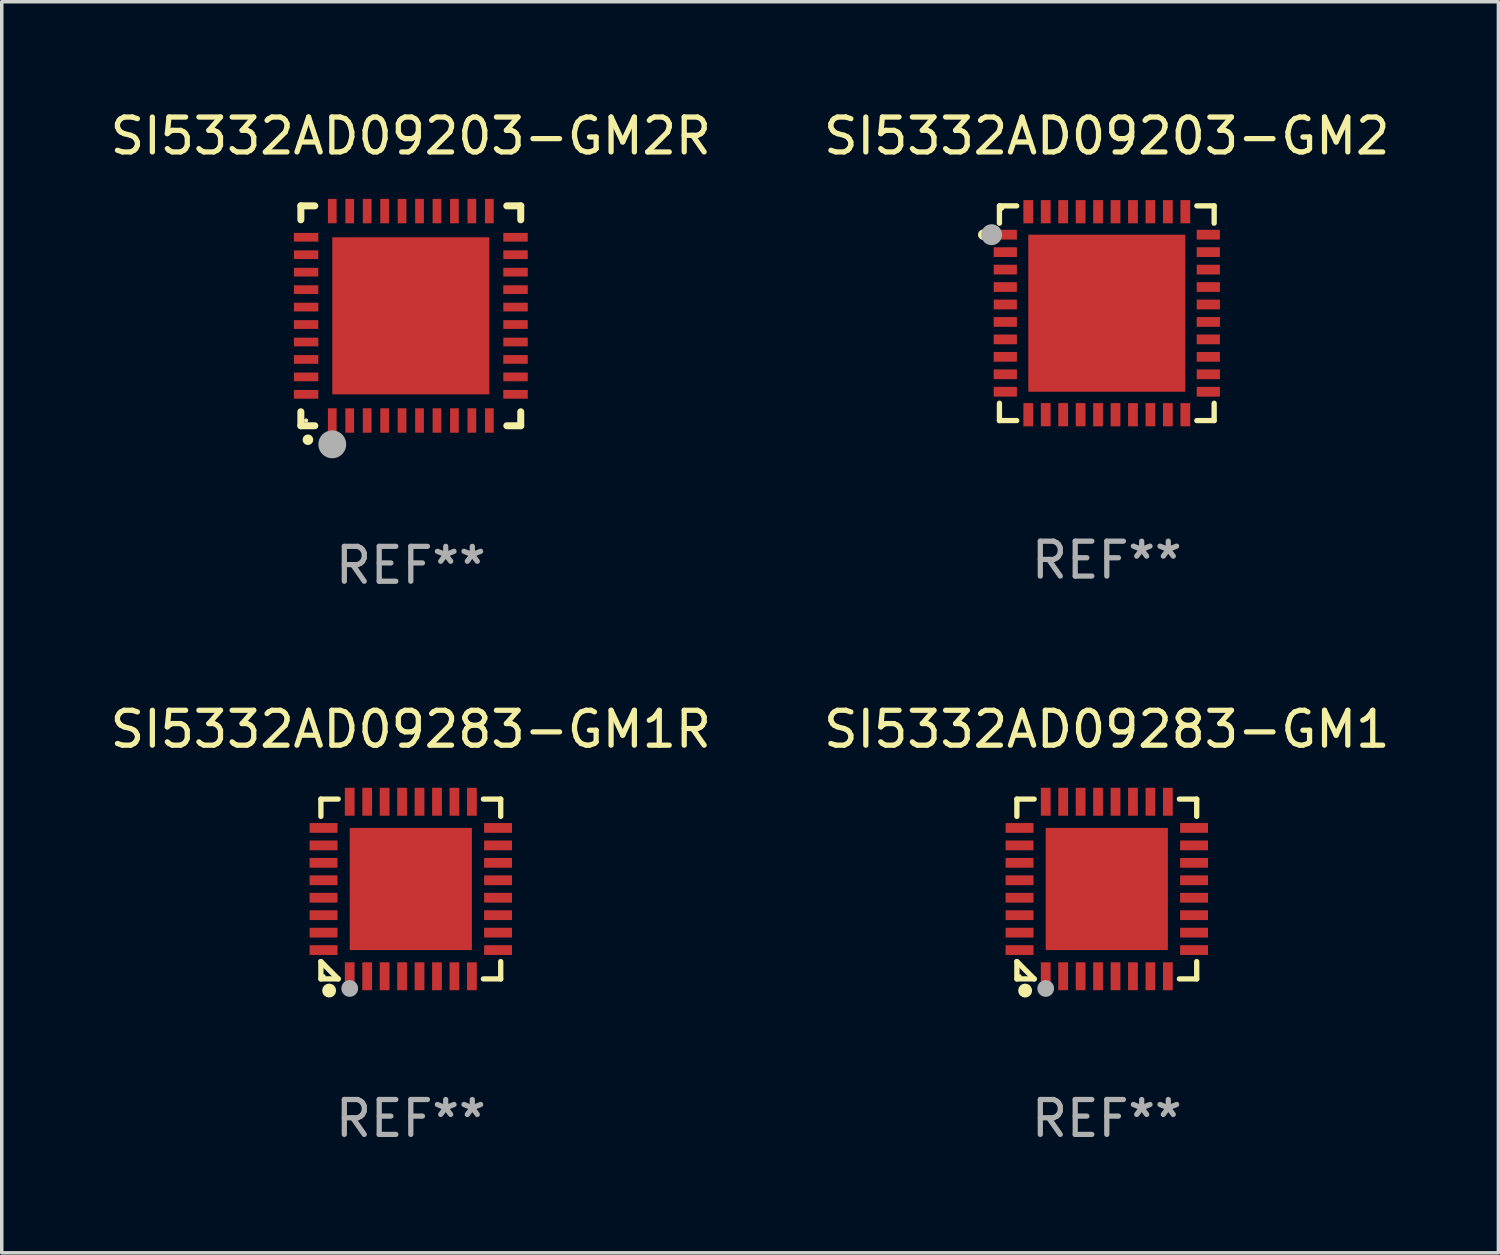
<source format=kicad_pcb>
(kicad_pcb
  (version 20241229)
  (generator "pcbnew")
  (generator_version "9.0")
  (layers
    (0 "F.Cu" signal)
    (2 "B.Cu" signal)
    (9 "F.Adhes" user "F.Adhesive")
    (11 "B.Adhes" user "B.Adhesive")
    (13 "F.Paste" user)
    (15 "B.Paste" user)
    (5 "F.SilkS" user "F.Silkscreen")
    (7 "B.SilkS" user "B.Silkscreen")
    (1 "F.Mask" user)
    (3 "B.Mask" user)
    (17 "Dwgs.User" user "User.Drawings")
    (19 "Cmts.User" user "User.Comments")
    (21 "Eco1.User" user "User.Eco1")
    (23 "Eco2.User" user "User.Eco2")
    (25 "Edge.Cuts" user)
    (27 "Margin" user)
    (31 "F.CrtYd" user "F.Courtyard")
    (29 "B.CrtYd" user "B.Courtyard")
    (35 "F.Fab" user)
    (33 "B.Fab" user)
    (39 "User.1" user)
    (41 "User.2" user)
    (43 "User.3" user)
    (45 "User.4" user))
  (footprint "SI5332AD09203-GM2R"
    (layer "F.Cu")
    (at 8.72 5.998)
    (property "Reference" "SI5332AD09203-GM2R" (at 0 -5.15 0) (layer "F.SilkS") (effects (font (size 1 1) (thickness 0.15))))
    (attr through_hole)
    (fp_line (start -3.15 -3.15) (end -2.75 -3.15) (stroke (width 0.2) (type solid)) (layer "F.SilkS"))
    (fp_line (start -3.15 -2.75) (end -3.15 -3.15) (stroke (width 0.2) (type solid)) (layer "F.SilkS"))
    (fp_line (start -3.15 3.15) (end -3.15 2.75) (stroke (width 0.2) (type solid)) (layer "F.SilkS"))
    (fp_line (start -2.75 3.15) (end -3.15 3.15) (stroke (width 0.2) (type solid)) (layer "F.SilkS"))
    (fp_line (start 3.15 -3.15) (end 2.75 -3.15) (stroke (width 0.2) (type solid)) (layer "F.SilkS"))
    (fp_line (start 3.15 -2.75) (end 3.15 -3.15) (stroke (width 0.2) (type solid)) (layer "F.SilkS"))
    (fp_line (start 3.15 2.75) (end 3.15 3.15) (stroke (width 0.2) (type solid)) (layer "F.SilkS"))
    (fp_line (start 3.15 3.15) (end 2.75 3.15) (stroke (width 0.2) (type solid)) (layer "F.SilkS"))
    (fp_arc (start -2.94892 3.550927) (mid -2.94765 3.550922) (end -2.94638 3.550927) (stroke (width 0.3) (type solid)) (layer "F.SilkS"))
    (fp_circle (center -3 3) (end -2.97 3) (stroke (width 0.06) (type solid)) (fill no) (layer "F.SilkS"))
    (fp_circle (center -2.25 3.683) (end -2.05 3.683) (stroke (width 0.4) (type solid)) (fill no) (layer "F.Fab"))
    (fp_text user "REF**" (at 0 7.15 0) (layer "F.Fab") (effects (font (size 1 1) (thickness 0.15))))
    (pad "1" smd rect (at -2.25 3 180) (size 0.25 0.7) (layers "F.Cu" "F.Mask" "F.Paste"))
    (pad "2" smd rect (at -1.75 3 180) (size 0.25 0.7) (layers "F.Cu" "F.Mask" "F.Paste"))
    (pad "3" smd rect (at -1.25 3 180) (size 0.25 0.7) (layers "F.Cu" "F.Mask" "F.Paste"))
    (pad "4" smd rect (at -0.75 3 180) (size 0.25 0.7) (layers "F.Cu" "F.Mask" "F.Paste"))
    (pad "5" smd rect (at -0.25 3 180) (size 0.25 0.7) (layers "F.Cu" "F.Mask" "F.Paste"))
    (pad "6" smd rect (at 0.25 3 180) (size 0.25 0.7) (layers "F.Cu" "F.Mask" "F.Paste"))
    (pad "7" smd rect (at 0.75 3 180) (size 0.25 0.7) (layers "F.Cu" "F.Mask" "F.Paste"))
    (pad "8" smd rect (at 1.25 3 180) (size 0.25 0.7) (layers "F.Cu" "F.Mask" "F.Paste"))
    (pad "9" smd rect (at 1.75 3 180) (size 0.25 0.7) (layers "F.Cu" "F.Mask" "F.Paste"))
    (pad "10" smd rect (at 2.25 3 180) (size 0.25 0.7) (layers "F.Cu" "F.Mask" "F.Paste"))
    (pad "11" smd rect (at 3 2.25 90) (size 0.25 0.7) (layers "F.Cu" "F.Mask" "F.Paste"))
    (pad "12" smd rect (at 3 1.75 90) (size 0.25 0.7) (layers "F.Cu" "F.Mask" "F.Paste"))
    (pad "13" smd rect (at 3 1.25 90) (size 0.25 0.7) (layers "F.Cu" "F.Mask" "F.Paste"))
    (pad "14" smd rect (at 3 0.75 90) (size 0.25 0.7) (layers "F.Cu" "F.Mask" "F.Paste"))
    (pad "15" smd rect (at 3 0.25 90) (size 0.25 0.7) (layers "F.Cu" "F.Mask" "F.Paste"))
    (pad "16" smd rect (at 3 -0.25 90) (size 0.25 0.7) (layers "F.Cu" "F.Mask" "F.Paste"))
    (pad "17" smd rect (at 3 -0.75 90) (size 0.25 0.7) (layers "F.Cu" "F.Mask" "F.Paste"))
    (pad "18" smd rect (at 3 -1.25 90) (size 0.25 0.7) (layers "F.Cu" "F.Mask" "F.Paste"))
    (pad "19" smd rect (at 3 -1.75 90) (size 0.25 0.7) (layers "F.Cu" "F.Mask" "F.Paste"))
    (pad "20" smd rect (at 3 -2.25 90) (size 0.25 0.7) (layers "F.Cu" "F.Mask" "F.Paste"))
    (pad "21" smd rect (at 2.25 -3 180) (size 0.25 0.7) (layers "F.Cu" "F.Mask" "F.Paste"))
    (pad "22" smd rect (at 1.75 -3 180) (size 0.25 0.7) (layers "F.Cu" "F.Mask" "F.Paste"))
    (pad "23" smd rect (at 1.25 -3 180) (size 0.25 0.7) (layers "F.Cu" "F.Mask" "F.Paste"))
    (pad "24" smd rect (at 0.75 -3 180) (size 0.25 0.7) (layers "F.Cu" "F.Mask" "F.Paste"))
    (pad "25" smd rect (at 0.25 -3 180) (size 0.25 0.7) (layers "F.Cu" "F.Mask" "F.Paste"))
    (pad "26" smd rect (at -0.25 -3 180) (size 0.25 0.7) (layers "F.Cu" "F.Mask" "F.Paste"))
    (pad "27" smd rect (at -0.75 -3 180) (size 0.25 0.7) (layers "F.Cu" "F.Mask" "F.Paste"))
    (pad "28" smd rect (at -1.25 -3 180) (size 0.25 0.7) (layers "F.Cu" "F.Mask" "F.Paste"))
    (pad "29" smd rect (at -1.75 -3 180) (size 0.25 0.7) (layers "F.Cu" "F.Mask" "F.Paste"))
    (pad "30" smd rect (at -2.25 -3 180) (size 0.25 0.7) (layers "F.Cu" "F.Mask" "F.Paste"))
    (pad "31" smd rect (at -3 -2.25 90) (size 0.25 0.7) (layers "F.Cu" "F.Mask" "F.Paste"))
    (pad "32" smd rect (at -3 -1.75 90) (size 0.25 0.7) (layers "F.Cu" "F.Mask" "F.Paste"))
    (pad "33" smd rect (at -3 -1.25 90) (size 0.25 0.7) (layers "F.Cu" "F.Mask" "F.Paste"))
    (pad "34" smd rect (at -3 -0.75 90) (size 0.25 0.7) (layers "F.Cu" "F.Mask" "F.Paste"))
    (pad "35" smd rect (at -3 -0.25 90) (size 0.25 0.7) (layers "F.Cu" "F.Mask" "F.Paste"))
    (pad "36" smd rect (at -3 0.25 90) (size 0.25 0.7) (layers "F.Cu" "F.Mask" "F.Paste"))
    (pad "37" smd rect (at -3 0.75 90) (size 0.25 0.7) (layers "F.Cu" "F.Mask" "F.Paste"))
    (pad "38" smd rect (at -3 1.25 90) (size 0.25 0.7) (layers "F.Cu" "F.Mask" "F.Paste"))
    (pad "39" smd rect (at -3 1.75 90) (size 0.25 0.7) (layers "F.Cu" "F.Mask" "F.Paste"))
    (pad "40" smd rect (at -3 2.25 90) (size 0.25 0.7) (layers "F.Cu" "F.Mask" "F.Paste"))
    (pad "41" smd rect (at 0.000102 0.000076 90) (size 4.5 4.5) (layers "F.Cu" "F.Mask" "F.Paste")))
  (footprint "SI5332AD09283-GM1"
    (layer "F.Cu")
    (at 28.661 22.421)
    (property "Reference" "SI5332AD09283-GM1" (at 0 -4.576 0) (layer "F.SilkS") (effects (font (size 1 1) (thickness 0.15))))
    (attr through_hole)
    (fp_line (start -2.576 -2.576) (end -2.08 -2.576) (stroke (width 0.152) (type solid)) (layer "F.SilkS"))
    (fp_line (start -2.576 -2.08) (end -2.576 -2.576) (stroke (width 0.152) (type solid)) (layer "F.SilkS"))
    (fp_line (start -2.576 2.08) (end -2.576 2.576) (stroke (width 0.152) (type solid)) (layer "F.SilkS"))
    (fp_line (start -2.576 2.08) (end -2.08 2.576) (stroke (width 0.152) (type solid)) (layer "F.SilkS"))
    (fp_line (start -2.576 2.576) (end -2.08 2.576) (stroke (width 0.152) (type solid)) (layer "F.SilkS"))
    (fp_line (start 2.576 -2.576) (end 2.08 -2.576) (stroke (width 0.152) (type solid)) (layer "F.SilkS"))
    (fp_line (start 2.576 -2.08) (end 2.576 -2.576) (stroke (width 0.152) (type solid)) (layer "F.SilkS"))
    (fp_line (start 2.576 2.08) (end 2.576 2.576) (stroke (width 0.152) (type solid)) (layer "F.SilkS"))
    (fp_line (start 2.576 2.576) (end 2.08 2.576) (stroke (width 0.152) (type solid)) (layer "F.SilkS"))
    (fp_circle (center -2.5 2.5) (end -2.47 2.5) (stroke (width 0.06) (type solid)) (fill no) (layer "F.SilkS"))
    (fp_circle (center -2.34 2.91) (end -2.24 2.91) (stroke (width 0.2) (type solid)) (fill no) (layer "F.SilkS"))
    (fp_circle (center -1.75 2.85) (end -1.63 2.85) (stroke (width 0.24) (type solid)) (fill no) (layer "F.Fab"))
    (fp_text user "REF**" (at 0 6.576 0) (layer "F.Fab") (effects (font (size 1 1) (thickness 0.15))))
    (pad "1" smd rect (at -1.75 2.5) (size 0.28 0.8) (layers "F.Cu" "F.Mask" "F.Paste"))
    (pad "2" smd rect (at -1.25 2.5) (size 0.28 0.8) (layers "F.Cu" "F.Mask" "F.Paste"))
    (pad "3" smd rect (at -0.75 2.5) (size 0.28 0.8) (layers "F.Cu" "F.Mask" "F.Paste"))
    (pad "4" smd rect (at -0.25 2.5) (size 0.28 0.8) (layers "F.Cu" "F.Mask" "F.Paste"))
    (pad "5" smd rect (at 0.25 2.5) (size 0.28 0.8) (layers "F.Cu" "F.Mask" "F.Paste"))
    (pad "6" smd rect (at 0.75 2.5) (size 0.28 0.8) (layers "F.Cu" "F.Mask" "F.Paste"))
    (pad "7" smd rect (at 1.25 2.5) (size 0.28 0.8) (layers "F.Cu" "F.Mask" "F.Paste"))
    (pad "8" smd rect (at 1.75 2.5) (size 0.28 0.8) (layers "F.Cu" "F.Mask" "F.Paste"))
    (pad "9" smd rect (at 2.5 1.75) (size 0.8 0.28) (layers "F.Cu" "F.Mask" "F.Paste"))
    (pad "10" smd rect (at 2.5 1.25) (size 0.8 0.28) (layers "F.Cu" "F.Mask" "F.Paste"))
    (pad "11" smd rect (at 2.5 0.75) (size 0.8 0.28) (layers "F.Cu" "F.Mask" "F.Paste"))
    (pad "12" smd rect (at 2.5 0.25) (size 0.8 0.28) (layers "F.Cu" "F.Mask" "F.Paste"))
    (pad "13" smd rect (at 2.5 -0.25) (size 0.8 0.28) (layers "F.Cu" "F.Mask" "F.Paste"))
    (pad "14" smd rect (at 2.5 -0.75) (size 0.8 0.28) (layers "F.Cu" "F.Mask" "F.Paste"))
    (pad "15" smd rect (at 2.5 -1.25) (size 0.8 0.28) (layers "F.Cu" "F.Mask" "F.Paste"))
    (pad "16" smd rect (at 2.5 -1.75) (size 0.8 0.28) (layers "F.Cu" "F.Mask" "F.Paste"))
    (pad "17" smd rect (at 1.75 -2.5) (size 0.28 0.8) (layers "F.Cu" "F.Mask" "F.Paste"))
    (pad "18" smd rect (at 1.25 -2.5) (size 0.28 0.8) (layers "F.Cu" "F.Mask" "F.Paste"))
    (pad "19" smd rect (at 0.75 -2.5) (size 0.28 0.8) (layers "F.Cu" "F.Mask" "F.Paste"))
    (pad "20" smd rect (at 0.25 -2.5) (size 0.28 0.8) (layers "F.Cu" "F.Mask" "F.Paste"))
    (pad "21" smd rect (at -0.25 -2.5) (size 0.28 0.8) (layers "F.Cu" "F.Mask" "F.Paste"))
    (pad "22" smd rect (at -0.75 -2.5) (size 0.28 0.8) (layers "F.Cu" "F.Mask" "F.Paste"))
    (pad "23" smd rect (at -1.25 -2.5) (size 0.28 0.8) (layers "F.Cu" "F.Mask" "F.Paste"))
    (pad "24" smd rect (at -1.75 -2.5) (size 0.28 0.8) (layers "F.Cu" "F.Mask" "F.Paste"))
    (pad "25" smd rect (at -2.5 -1.75) (size 0.8 0.28) (layers "F.Cu" "F.Mask" "F.Paste"))
    (pad "26" smd rect (at -2.5 -1.25) (size 0.8 0.28) (layers "F.Cu" "F.Mask" "F.Paste"))
    (pad "27" smd rect (at -2.5 -0.75) (size 0.8 0.28) (layers "F.Cu" "F.Mask" "F.Paste"))
    (pad "28" smd rect (at -2.5 -0.25) (size 0.8 0.28) (layers "F.Cu" "F.Mask" "F.Paste"))
    (pad "29" smd rect (at -2.5 0.25) (size 0.8 0.28) (layers "F.Cu" "F.Mask" "F.Paste"))
    (pad "30" smd rect (at -2.5 0.75) (size 0.8 0.28) (layers "F.Cu" "F.Mask" "F.Paste"))
    (pad "31" smd rect (at -2.5 1.25) (size 0.8 0.28) (layers "F.Cu" "F.Mask" "F.Paste"))
    (pad "32" smd rect (at -2.5 1.75) (size 0.8 0.28) (layers "F.Cu" "F.Mask" "F.Paste"))
    (pad "33" smd rect (at 0 0) (size 3.5 3.5) (layers "F.Cu" "F.Mask" "F.Paste")))
  (footprint "SI5332AD09203-GM2"
    (layer "F.Cu")
    (at 28.661 5.924)
    (property "Reference" "SI5332AD09203-GM2" (at 0 -5.076 0) (layer "F.SilkS") (effects (font (size 1 1) (thickness 0.15))))
    (attr through_hole)
    (fp_line (start -3.076 -3.076) (end -3.076 -2.58) (stroke (width 0.152) (type solid)) (layer "F.SilkS"))
    (fp_line (start -3.076 3.076) (end -3.076 2.58) (stroke (width 0.152) (type solid)) (layer "F.SilkS"))
    (fp_line (start -2.58 -3.076) (end -3.076 -3.076) (stroke (width 0.152) (type solid)) (layer "F.SilkS"))
    (fp_line (start -2.58 3.076) (end -3.076 3.076) (stroke (width 0.152) (type solid)) (layer "F.SilkS"))
    (fp_line (start 2.58 -3.076) (end 3.076 -3.076) (stroke (width 0.152) (type solid)) (layer "F.SilkS"))
    (fp_line (start 2.58 3.076) (end 3.076 3.076) (stroke (width 0.152) (type solid)) (layer "F.SilkS"))
    (fp_line (start 3.076 -3.076) (end 3.076 -2.58) (stroke (width 0.152) (type solid)) (layer "F.SilkS"))
    (fp_line (start 3.076 3.076) (end 3.076 2.58) (stroke (width 0.152) (type solid)) (layer "F.SilkS"))
    (fp_circle (center -3.54 -2.25) (end -3.465 -2.25) (stroke (width 0.15) (type solid)) (fill no) (layer "F.SilkS"))
    (fp_circle (center -3 -3) (end -2.97 -3) (stroke (width 0.06) (type solid)) (fill no) (layer "F.SilkS"))
    (fp_circle (center -3.3 -2.25) (end -3.15 -2.25) (stroke (width 0.3) (type solid)) (fill no) (layer "F.Fab"))
    (fp_text user "REF**" (at 0 7.076 0) (layer "F.Fab") (effects (font (size 1 1) (thickness 0.15))))
    (pad "1" smd rect (at -2.908 -2.25) (size 0.665 0.28) (layers "F.Cu" "F.Mask" "F.Paste"))
    (pad "2" smd rect (at -2.908 -1.75) (size 0.665 0.28) (layers "F.Cu" "F.Mask" "F.Paste"))
    (pad "3" smd rect (at -2.908 -1.25) (size 0.665 0.28) (layers "F.Cu" "F.Mask" "F.Paste"))
    (pad "4" smd rect (at -2.908 -0.75) (size 0.665 0.28) (layers "F.Cu" "F.Mask" "F.Paste"))
    (pad "5" smd rect (at -2.908 -0.25) (size 0.665 0.28) (layers "F.Cu" "F.Mask" "F.Paste"))
    (pad "6" smd rect (at -2.908 0.25) (size 0.665 0.28) (layers "F.Cu" "F.Mask" "F.Paste"))
    (pad "7" smd rect (at -2.908 0.75) (size 0.665 0.28) (layers "F.Cu" "F.Mask" "F.Paste"))
    (pad "8" smd rect (at -2.908 1.25) (size 0.665 0.28) (layers "F.Cu" "F.Mask" "F.Paste"))
    (pad "9" smd rect (at -2.908 1.75) (size 0.665 0.28) (layers "F.Cu" "F.Mask" "F.Paste"))
    (pad "10" smd rect (at -2.908 2.25) (size 0.665 0.28) (layers "F.Cu" "F.Mask" "F.Paste"))
    (pad "11" smd rect (at -2.25 2.908) (size 0.28 0.665) (layers "F.Cu" "F.Mask" "F.Paste"))
    (pad "12" smd rect (at -1.75 2.908) (size 0.28 0.665) (layers "F.Cu" "F.Mask" "F.Paste"))
    (pad "13" smd rect (at -1.25 2.908) (size 0.28 0.665) (layers "F.Cu" "F.Mask" "F.Paste"))
    (pad "14" smd rect (at -0.75 2.908) (size 0.28 0.665) (layers "F.Cu" "F.Mask" "F.Paste"))
    (pad "15" smd rect (at -0.25 2.908) (size 0.28 0.665) (layers "F.Cu" "F.Mask" "F.Paste"))
    (pad "16" smd rect (at 0.25 2.908) (size 0.28 0.665) (layers "F.Cu" "F.Mask" "F.Paste"))
    (pad "17" smd rect (at 0.75 2.908) (size 0.28 0.665) (layers "F.Cu" "F.Mask" "F.Paste"))
    (pad "18" smd rect (at 1.25 2.908) (size 0.28 0.665) (layers "F.Cu" "F.Mask" "F.Paste"))
    (pad "19" smd rect (at 1.75 2.908) (size 0.28 0.665) (layers "F.Cu" "F.Mask" "F.Paste"))
    (pad "20" smd rect (at 2.25 2.908) (size 0.28 0.665) (layers "F.Cu" "F.Mask" "F.Paste"))
    (pad "21" smd rect (at 2.908 2.25) (size 0.665 0.28) (layers "F.Cu" "F.Mask" "F.Paste"))
    (pad "22" smd rect (at 2.908 1.75) (size 0.665 0.28) (layers "F.Cu" "F.Mask" "F.Paste"))
    (pad "23" smd rect (at 2.908 1.25) (size 0.665 0.28) (layers "F.Cu" "F.Mask" "F.Paste"))
    (pad "24" smd rect (at 2.908 0.75) (size 0.665 0.28) (layers "F.Cu" "F.Mask" "F.Paste"))
    (pad "25" smd rect (at 2.908 0.25) (size 0.665 0.28) (layers "F.Cu" "F.Mask" "F.Paste"))
    (pad "26" smd rect (at 2.908 -0.25) (size 0.665 0.28) (layers "F.Cu" "F.Mask" "F.Paste"))
    (pad "27" smd rect (at 2.908 -0.75) (size 0.665 0.28) (layers "F.Cu" "F.Mask" "F.Paste"))
    (pad "28" smd rect (at 2.908 -1.25) (size 0.665 0.28) (layers "F.Cu" "F.Mask" "F.Paste"))
    (pad "29" smd rect (at 2.908 -1.75) (size 0.665 0.28) (layers "F.Cu" "F.Mask" "F.Paste"))
    (pad "30" smd rect (at 2.908 -2.25) (size 0.665 0.28) (layers "F.Cu" "F.Mask" "F.Paste"))
    (pad "31" smd rect (at 2.25 -2.908) (size 0.28 0.665) (layers "F.Cu" "F.Mask" "F.Paste"))
    (pad "32" smd rect (at 1.75 -2.908) (size 0.28 0.665) (layers "F.Cu" "F.Mask" "F.Paste"))
    (pad "33" smd rect (at 1.25 -2.908) (size 0.28 0.665) (layers "F.Cu" "F.Mask" "F.Paste"))
    (pad "34" smd rect (at 0.75 -2.908) (size 0.28 0.665) (layers "F.Cu" "F.Mask" "F.Paste"))
    (pad "35" smd rect (at 0.25 -2.908) (size 0.28 0.665) (layers "F.Cu" "F.Mask" "F.Paste"))
    (pad "36" smd rect (at -0.25 -2.908) (size 0.28 0.665) (layers "F.Cu" "F.Mask" "F.Paste"))
    (pad "37" smd rect (at -0.75 -2.908) (size 0.28 0.665) (layers "F.Cu" "F.Mask" "F.Paste"))
    (pad "38" smd rect (at -1.25 -2.908) (size 0.28 0.665) (layers "F.Cu" "F.Mask" "F.Paste"))
    (pad "39" smd rect (at -1.75 -2.908) (size 0.28 0.665) (layers "F.Cu" "F.Mask" "F.Paste"))
    (pad "40" smd rect (at -2.25 -2.908) (size 0.28 0.665) (layers "F.Cu" "F.Mask" "F.Paste"))
    (pad "41" smd rect (at 0 0) (size 4.5 4.5) (layers "F.Cu" "F.Mask" "F.Paste")))
  (footprint "SI5332AD09283-GM1R"
    (layer "F.Cu")
    (at 8.72 22.421)
    (property "Reference" "SI5332AD09283-GM1R" (at 0 -4.576 0) (layer "F.SilkS") (effects (font (size 1 1) (thickness 0.15))))
    (attr through_hole)
    (fp_line (start -2.576 -2.576) (end -2.08 -2.576) (stroke (width 0.152) (type solid)) (layer "F.SilkS"))
    (fp_line (start -2.576 -2.08) (end -2.576 -2.576) (stroke (width 0.152) (type solid)) (layer "F.SilkS"))
    (fp_line (start -2.576 2.08) (end -2.576 2.576) (stroke (width 0.152) (type solid)) (layer "F.SilkS"))
    (fp_line (start -2.576 2.08) (end -2.08 2.576) (stroke (width 0.152) (type solid)) (layer "F.SilkS"))
    (fp_line (start -2.576 2.576) (end -2.08 2.576) (stroke (width 0.152) (type solid)) (layer "F.SilkS"))
    (fp_line (start 2.576 -2.576) (end 2.08 -2.576) (stroke (width 0.152) (type solid)) (layer "F.SilkS"))
    (fp_line (start 2.576 -2.08) (end 2.576 -2.576) (stroke (width 0.152) (type solid)) (layer "F.SilkS"))
    (fp_line (start 2.576 2.08) (end 2.576 2.576) (stroke (width 0.152) (type solid)) (layer "F.SilkS"))
    (fp_line (start 2.576 2.576) (end 2.08 2.576) (stroke (width 0.152) (type solid)) (layer "F.SilkS"))
    (fp_circle (center -2.5 2.5) (end -2.47 2.5) (stroke (width 0.06) (type solid)) (fill no) (layer "F.SilkS"))
    (fp_circle (center -2.34 2.91) (end -2.24 2.91) (stroke (width 0.2) (type solid)) (fill no) (layer "F.SilkS"))
    (fp_circle (center -1.75 2.85) (end -1.63 2.85) (stroke (width 0.24) (type solid)) (fill no) (layer "F.Fab"))
    (fp_text user "REF**" (at 0 6.576 0) (layer "F.Fab") (effects (font (size 1 1) (thickness 0.15))))
    (pad "1" smd rect (at -1.75 2.5) (size 0.28 0.8) (layers "F.Cu" "F.Mask" "F.Paste"))
    (pad "2" smd rect (at -1.25 2.5) (size 0.28 0.8) (layers "F.Cu" "F.Mask" "F.Paste"))
    (pad "3" smd rect (at -0.75 2.5) (size 0.28 0.8) (layers "F.Cu" "F.Mask" "F.Paste"))
    (pad "4" smd rect (at -0.25 2.5) (size 0.28 0.8) (layers "F.Cu" "F.Mask" "F.Paste"))
    (pad "5" smd rect (at 0.25 2.5) (size 0.28 0.8) (layers "F.Cu" "F.Mask" "F.Paste"))
    (pad "6" smd rect (at 0.75 2.5) (size 0.28 0.8) (layers "F.Cu" "F.Mask" "F.Paste"))
    (pad "7" smd rect (at 1.25 2.5) (size 0.28 0.8) (layers "F.Cu" "F.Mask" "F.Paste"))
    (pad "8" smd rect (at 1.75 2.5) (size 0.28 0.8) (layers "F.Cu" "F.Mask" "F.Paste"))
    (pad "9" smd rect (at 2.5 1.75) (size 0.8 0.28) (layers "F.Cu" "F.Mask" "F.Paste"))
    (pad "10" smd rect (at 2.5 1.25) (size 0.8 0.28) (layers "F.Cu" "F.Mask" "F.Paste"))
    (pad "11" smd rect (at 2.5 0.75) (size 0.8 0.28) (layers "F.Cu" "F.Mask" "F.Paste"))
    (pad "12" smd rect (at 2.5 0.25) (size 0.8 0.28) (layers "F.Cu" "F.Mask" "F.Paste"))
    (pad "13" smd rect (at 2.5 -0.25) (size 0.8 0.28) (layers "F.Cu" "F.Mask" "F.Paste"))
    (pad "14" smd rect (at 2.5 -0.75) (size 0.8 0.28) (layers "F.Cu" "F.Mask" "F.Paste"))
    (pad "15" smd rect (at 2.5 -1.25) (size 0.8 0.28) (layers "F.Cu" "F.Mask" "F.Paste"))
    (pad "16" smd rect (at 2.5 -1.75) (size 0.8 0.28) (layers "F.Cu" "F.Mask" "F.Paste"))
    (pad "17" smd rect (at 1.75 -2.5) (size 0.28 0.8) (layers "F.Cu" "F.Mask" "F.Paste"))
    (pad "18" smd rect (at 1.25 -2.5) (size 0.28 0.8) (layers "F.Cu" "F.Mask" "F.Paste"))
    (pad "19" smd rect (at 0.75 -2.5) (size 0.28 0.8) (layers "F.Cu" "F.Mask" "F.Paste"))
    (pad "20" smd rect (at 0.25 -2.5) (size 0.28 0.8) (layers "F.Cu" "F.Mask" "F.Paste"))
    (pad "21" smd rect (at -0.25 -2.5) (size 0.28 0.8) (layers "F.Cu" "F.Mask" "F.Paste"))
    (pad "22" smd rect (at -0.75 -2.5) (size 0.28 0.8) (layers "F.Cu" "F.Mask" "F.Paste"))
    (pad "23" smd rect (at -1.25 -2.5) (size 0.28 0.8) (layers "F.Cu" "F.Mask" "F.Paste"))
    (pad "24" smd rect (at -1.75 -2.5) (size 0.28 0.8) (layers "F.Cu" "F.Mask" "F.Paste"))
    (pad "25" smd rect (at -2.5 -1.75) (size 0.8 0.28) (layers "F.Cu" "F.Mask" "F.Paste"))
    (pad "26" smd rect (at -2.5 -1.25) (size 0.8 0.28) (layers "F.Cu" "F.Mask" "F.Paste"))
    (pad "27" smd rect (at -2.5 -0.75) (size 0.8 0.28) (layers "F.Cu" "F.Mask" "F.Paste"))
    (pad "28" smd rect (at -2.5 -0.25) (size 0.8 0.28) (layers "F.Cu" "F.Mask" "F.Paste"))
    (pad "29" smd rect (at -2.5 0.25) (size 0.8 0.28) (layers "F.Cu" "F.Mask" "F.Paste"))
    (pad "30" smd rect (at -2.5 0.75) (size 0.8 0.28) (layers "F.Cu" "F.Mask" "F.Paste"))
    (pad "31" smd rect (at -2.5 1.25) (size 0.8 0.28) (layers "F.Cu" "F.Mask" "F.Paste"))
    (pad "32" smd rect (at -2.5 1.75) (size 0.8 0.28) (layers "F.Cu" "F.Mask" "F.Paste"))
    (pad "33" smd rect (at 0 0) (size 3.5 3.5) (layers "F.Cu" "F.Mask" "F.Paste")))
  (gr_rect
    (start -3 -3)
    (end 39.881 32.845)
    (stroke (width 0.1) (type default))
    (fill no)
    (layer "Edge.Cuts")))
</source>
